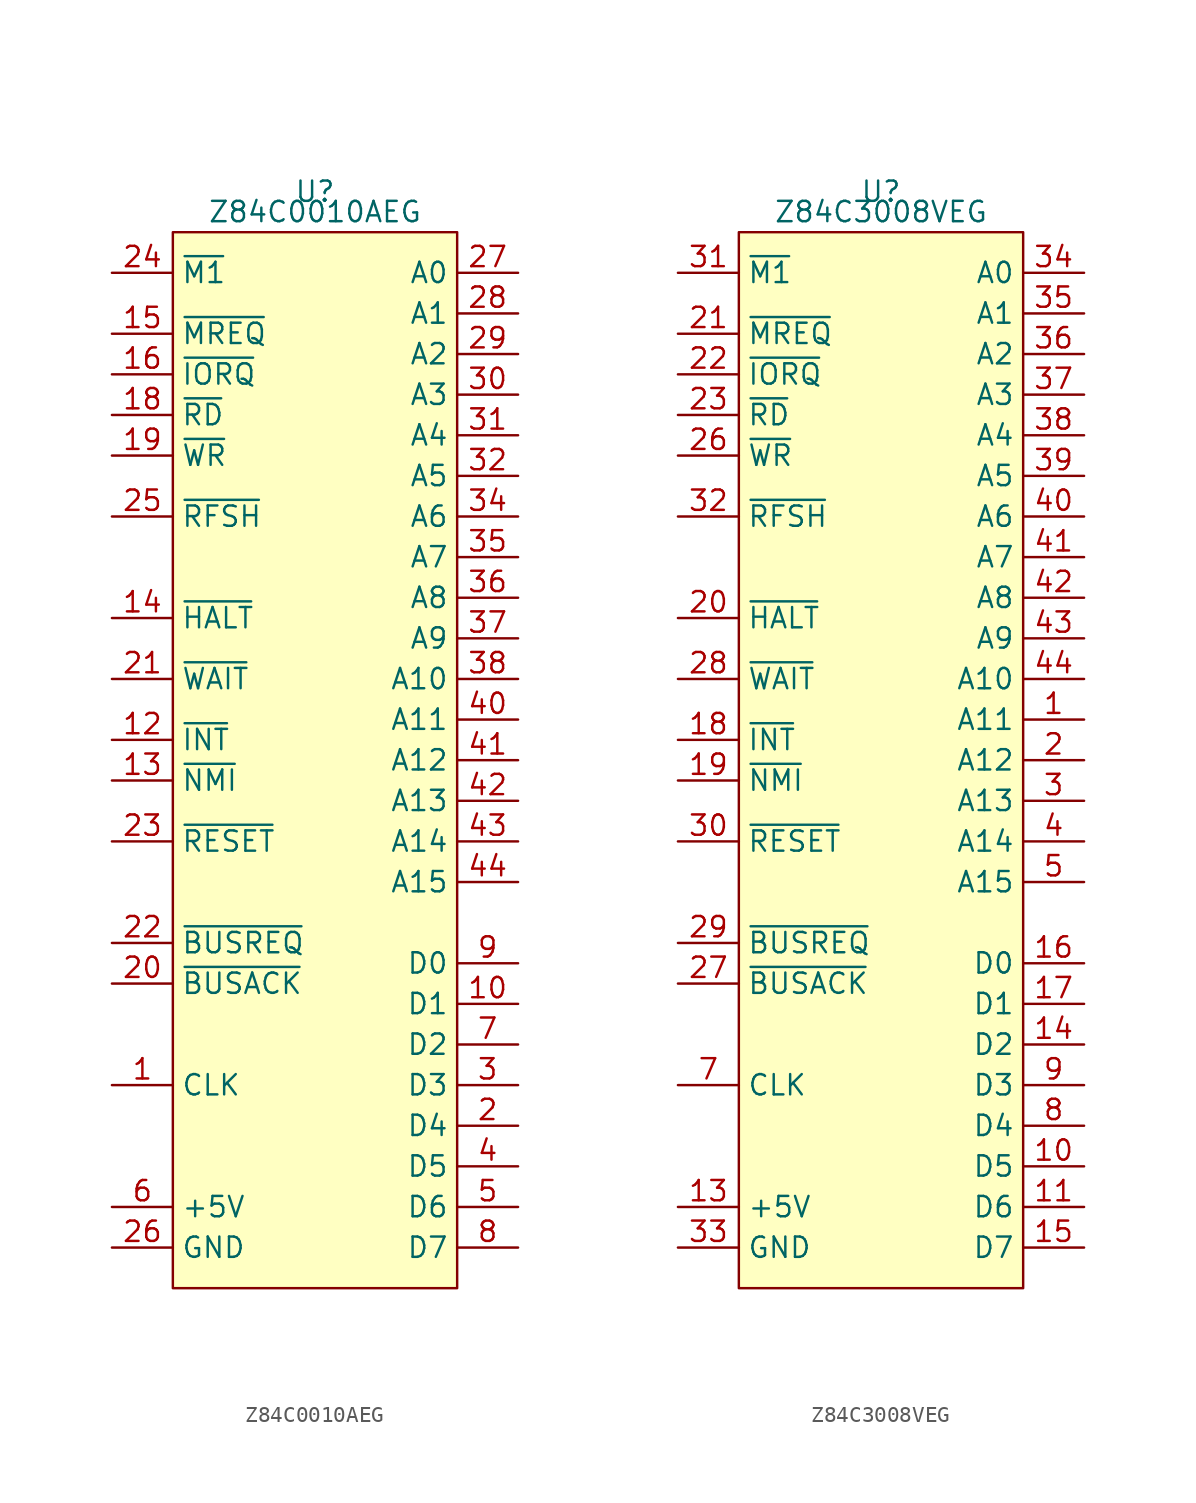
<source format=kicad_sym>
(kicad_symbol_lib
  (version 20231120)
  (generator "kicad_symbol_editor")
  (generator_version "8.0")
  (symbol "Z84C0010AEG"
    (property "Reference" "U"
      (at 0 35.56 0)
      (effects (font (size 1.27 1.27))))
    (property "Value" "Z84C0010AEG"
      (at 0 34.29 0)
      (effects (font (size 1.27 1.27))))
    (symbol "Z84C0010AEG_0_1"
      (rectangle (start -8.89 33.02) (end 8.89 -33.02) (stroke (width 0) (type default)) (fill (type background))))
    (symbol "Z84C0010AEG_1_1"
      (pin input line (at -12.7 -20.32 0) (length 3.81) (name "CLK" (effects (font (size 1.27 1.27)))) (number "1" (effects (font (size 1.27 1.27)))))
      (pin bidirectional line (at 12.7 -15.24 180) (length 3.81) (name "D1" (effects (font (size 1.27 1.27)))) (number "10" (effects (font (size 1.27 1.27)))))
      (pin input line (at -12.7 1.27 0) (length 3.81) (name "~{INT}" (effects (font (size 1.27 1.27)))) (number "12" (effects (font (size 1.27 1.27)))))
      (pin input line (at -12.7 -1.27 0) (length 3.81) (name "~{NMI}" (effects (font (size 1.27 1.27)))) (number "13" (effects (font (size 1.27 1.27)))))
      (pin output line (at -12.7 8.89 0) (length 3.81) (name "~{HALT}" (effects (font (size 1.27 1.27)))) (number "14" (effects (font (size 1.27 1.27)))))
      (pin output line (at -12.7 26.67 0) (length 3.81) (name "~{MREQ}" (effects (font (size 1.27 1.27)))) (number "15" (effects (font (size 1.27 1.27)))))
      (pin output line (at -12.7 24.13 0) (length 3.81) (name "~{IORQ}" (effects (font (size 1.27 1.27)))) (number "16" (effects (font (size 1.27 1.27)))))
      (pin output line (at -12.7 21.59 0) (length 3.81) (name "~{RD}" (effects (font (size 1.27 1.27)))) (number "18" (effects (font (size 1.27 1.27)))))
      (pin output line (at -12.7 19.05 0) (length 3.81) (name "~{WR}" (effects (font (size 1.27 1.27)))) (number "19" (effects (font (size 1.27 1.27)))))
      (pin bidirectional line (at 12.7 -22.86 180) (length 3.81) (name "D4" (effects (font (size 1.27 1.27)))) (number "2" (effects (font (size 1.27 1.27)))))
      (pin output line (at -12.7 -13.97 0) (length 3.81) (name "~{BUSACK}" (effects (font (size 1.27 1.27)))) (number "20" (effects (font (size 1.27 1.27)))))
      (pin input line (at -12.7 5.08 0) (length 3.81) (name "~{WAIT}" (effects (font (size 1.27 1.27)))) (number "21" (effects (font (size 1.27 1.27)))))
      (pin input line (at -12.7 -11.43 0) (length 3.81) (name "~{BUSREQ}" (effects (font (size 1.27 1.27)))) (number "22" (effects (font (size 1.27 1.27)))))
      (pin input line (at -12.7 -5.08 0) (length 3.81) (name "~{RESET}" (effects (font (size 1.27 1.27)))) (number "23" (effects (font (size 1.27 1.27)))))
      (pin output line (at -12.7 30.48 0) (length 3.81) (name "~{M1}" (effects (font (size 1.27 1.27)))) (number "24" (effects (font (size 1.27 1.27)))))
      (pin output line (at -12.7 15.24 0) (length 3.81) (name "~{RFSH}" (effects (font (size 1.27 1.27)))) (number "25" (effects (font (size 1.27 1.27)))))
      (pin power_in line (at -12.7 -30.48 0) (length 3.81) (name "GND" (effects (font (size 1.27 1.27)))) (number "26" (effects (font (size 1.27 1.27)))))
      (pin output line (at 12.7 30.48 180) (length 3.81) (name "A0" (effects (font (size 1.27 1.27)))) (number "27" (effects (font (size 1.27 1.27)))))
      (pin output line (at 12.7 27.94 180) (length 3.81) (name "A1" (effects (font (size 1.27 1.27)))) (number "28" (effects (font (size 1.27 1.27)))))
      (pin output line (at 12.7 25.4 180) (length 3.81) (name "A2" (effects (font (size 1.27 1.27)))) (number "29" (effects (font (size 1.27 1.27)))))
      (pin bidirectional line (at 12.7 -20.32 180) (length 3.81) (name "D3" (effects (font (size 1.27 1.27)))) (number "3" (effects (font (size 1.27 1.27)))))
      (pin output line (at 12.7 22.86 180) (length 3.81) (name "A3" (effects (font (size 1.27 1.27)))) (number "30" (effects (font (size 1.27 1.27)))))
      (pin output line (at 12.7 20.32 180) (length 3.81) (name "A4" (effects (font (size 1.27 1.27)))) (number "31" (effects (font (size 1.27 1.27)))))
      (pin output line (at 12.7 17.78 180) (length 3.81) (name "A5" (effects (font (size 1.27 1.27)))) (number "32" (effects (font (size 1.27 1.27)))))
      (pin output line (at 12.7 15.24 180) (length 3.81) (name "A6" (effects (font (size 1.27 1.27)))) (number "34" (effects (font (size 1.27 1.27)))))
      (pin output line (at 12.7 12.7 180) (length 3.81) (name "A7" (effects (font (size 1.27 1.27)))) (number "35" (effects (font (size 1.27 1.27)))))
      (pin output line (at 12.7 10.16 180) (length 3.81) (name "A8" (effects (font (size 1.27 1.27)))) (number "36" (effects (font (size 1.27 1.27)))))
      (pin output line (at 12.7 7.62 180) (length 3.81) (name "A9" (effects (font (size 1.27 1.27)))) (number "37" (effects (font (size 1.27 1.27)))))
      (pin output line (at 12.7 5.08 180) (length 3.81) (name "A10" (effects (font (size 1.27 1.27)))) (number "38" (effects (font (size 1.27 1.27)))))
      (pin bidirectional line (at 12.7 -25.4 180) (length 3.81) (name "D5" (effects (font (size 1.27 1.27)))) (number "4" (effects (font (size 1.27 1.27)))))
      (pin output line (at 12.7 2.54 180) (length 3.81) (name "A11" (effects (font (size 1.27 1.27)))) (number "40" (effects (font (size 1.27 1.27)))))
      (pin output line (at 12.7 0 180) (length 3.81) (name "A12" (effects (font (size 1.27 1.27)))) (number "41" (effects (font (size 1.27 1.27)))))
      (pin output line (at 12.7 -2.54 180) (length 3.81) (name "A13" (effects (font (size 1.27 1.27)))) (number "42" (effects (font (size 1.27 1.27)))))
      (pin output line (at 12.7 -5.08 180) (length 3.81) (name "A14" (effects (font (size 1.27 1.27)))) (number "43" (effects (font (size 1.27 1.27)))))
      (pin output line (at 12.7 -7.62 180) (length 3.81) (name "A15" (effects (font (size 1.27 1.27)))) (number "44" (effects (font (size 1.27 1.27)))))
      (pin bidirectional line (at 12.7 -27.94 180) (length 3.81) (name "D6" (effects (font (size 1.27 1.27)))) (number "5" (effects (font (size 1.27 1.27)))))
      (pin power_in line (at -12.7 -27.94 0) (length 3.81) (name "+5V" (effects (font (size 1.27 1.27)))) (number "6" (effects (font (size 1.27 1.27)))))
      (pin bidirectional line (at 12.7 -17.78 180) (length 3.81) (name "D2" (effects (font (size 1.27 1.27)))) (number "7" (effects (font (size 1.27 1.27)))))
      (pin bidirectional line (at 12.7 -30.48 180) (length 3.81) (name "D7" (effects (font (size 1.27 1.27)))) (number "8" (effects (font (size 1.27 1.27)))))
      (pin bidirectional line (at 12.7 -12.7 180) (length 3.81) (name "D0" (effects (font (size 1.27 1.27)))) (number "9" (effects (font (size 1.27 1.27)))))))
  (symbol "Z84C3008VEG"
    (property "Reference" "U"
      (at 0 35.56 0)
      (effects (font (size 1.27 1.27))))
    (property "Value" "Z84C3008VEG"
      (at 0 34.29 0)
      (effects (font (size 1.27 1.27))))
    (symbol "Z84C3008VEG_0_1"
      (rectangle (start -8.89 33.02) (end 8.89 -33.02) (stroke (width 0) (type default)) (fill (type background))))
    (symbol "Z84C3008VEG_1_1"
      (pin output line (at 12.7 2.54 180) (length 3.81) (name "A11" (effects (font (size 1.27 1.27)))) (number "1" (effects (font (size 1.27 1.27)))))
      (pin bidirectional line (at 12.7 -25.4 180) (length 3.81) (name "D5" (effects (font (size 1.27 1.27)))) (number "10" (effects (font (size 1.27 1.27)))))
      (pin bidirectional line (at 12.7 -27.94 180) (length 3.81) (name "D6" (effects (font (size 1.27 1.27)))) (number "11" (effects (font (size 1.27 1.27)))))
      (pin power_in line (at -12.7 -27.94 0) (length 3.81) (name "+5V" (effects (font (size 1.27 1.27)))) (number "13" (effects (font (size 1.27 1.27)))))
      (pin bidirectional line (at 12.7 -17.78 180) (length 3.81) (name "D2" (effects (font (size 1.27 1.27)))) (number "14" (effects (font (size 1.27 1.27)))))
      (pin bidirectional line (at 12.7 -30.48 180) (length 3.81) (name "D7" (effects (font (size 1.27 1.27)))) (number "15" (effects (font (size 1.27 1.27)))))
      (pin bidirectional line (at 12.7 -12.7 180) (length 3.81) (name "D0" (effects (font (size 1.27 1.27)))) (number "16" (effects (font (size 1.27 1.27)))))
      (pin bidirectional line (at 12.7 -15.24 180) (length 3.81) (name "D1" (effects (font (size 1.27 1.27)))) (number "17" (effects (font (size 1.27 1.27)))))
      (pin input line (at -12.7 1.27 0) (length 3.81) (name "~{INT}" (effects (font (size 1.27 1.27)))) (number "18" (effects (font (size 1.27 1.27)))))
      (pin input line (at -12.7 -1.27 0) (length 3.81) (name "~{NMI}" (effects (font (size 1.27 1.27)))) (number "19" (effects (font (size 1.27 1.27)))))
      (pin output line (at 12.7 0 180) (length 3.81) (name "A12" (effects (font (size 1.27 1.27)))) (number "2" (effects (font (size 1.27 1.27)))))
      (pin output line (at -12.7 8.89 0) (length 3.81) (name "~{HALT}" (effects (font (size 1.27 1.27)))) (number "20" (effects (font (size 1.27 1.27)))))
      (pin output line (at -12.7 26.67 0) (length 3.81) (name "~{MREQ}" (effects (font (size 1.27 1.27)))) (number "21" (effects (font (size 1.27 1.27)))))
      (pin output line (at -12.7 24.13 0) (length 3.81) (name "~{IORQ}" (effects (font (size 1.27 1.27)))) (number "22" (effects (font (size 1.27 1.27)))))
      (pin output line (at -12.7 21.59 0) (length 3.81) (name "~{RD}" (effects (font (size 1.27 1.27)))) (number "23" (effects (font (size 1.27 1.27)))))
      (pin output line (at -12.7 19.05 0) (length 3.81) (name "~{WR}" (effects (font (size 1.27 1.27)))) (number "26" (effects (font (size 1.27 1.27)))))
      (pin output line (at -12.7 -13.97 0) (length 3.81) (name "~{BUSACK}" (effects (font (size 1.27 1.27)))) (number "27" (effects (font (size 1.27 1.27)))))
      (pin input line (at -12.7 5.08 0) (length 3.81) (name "~{WAIT}" (effects (font (size 1.27 1.27)))) (number "28" (effects (font (size 1.27 1.27)))))
      (pin input line (at -12.7 -11.43 0) (length 3.81) (name "~{BUSREQ}" (effects (font (size 1.27 1.27)))) (number "29" (effects (font (size 1.27 1.27)))))
      (pin output line (at 12.7 -2.54 180) (length 3.81) (name "A13" (effects (font (size 1.27 1.27)))) (number "3" (effects (font (size 1.27 1.27)))))
      (pin input line (at -12.7 -5.08 0) (length 3.81) (name "~{RESET}" (effects (font (size 1.27 1.27)))) (number "30" (effects (font (size 1.27 1.27)))))
      (pin output line (at -12.7 30.48 0) (length 3.81) (name "~{M1}" (effects (font (size 1.27 1.27)))) (number "31" (effects (font (size 1.27 1.27)))))
      (pin output line (at -12.7 15.24 0) (length 3.81) (name "~{RFSH}" (effects (font (size 1.27 1.27)))) (number "32" (effects (font (size 1.27 1.27)))))
      (pin power_in line (at -12.7 -30.48 0) (length 3.81) (name "GND" (effects (font (size 1.27 1.27)))) (number "33" (effects (font (size 1.27 1.27)))))
      (pin output line (at 12.7 30.48 180) (length 3.81) (name "A0" (effects (font (size 1.27 1.27)))) (number "34" (effects (font (size 1.27 1.27)))))
      (pin output line (at 12.7 27.94 180) (length 3.81) (name "A1" (effects (font (size 1.27 1.27)))) (number "35" (effects (font (size 1.27 1.27)))))
      (pin output line (at 12.7 25.4 180) (length 3.81) (name "A2" (effects (font (size 1.27 1.27)))) (number "36" (effects (font (size 1.27 1.27)))))
      (pin output line (at 12.7 22.86 180) (length 3.81) (name "A3" (effects (font (size 1.27 1.27)))) (number "37" (effects (font (size 1.27 1.27)))))
      (pin output line (at 12.7 20.32 180) (length 3.81) (name "A4" (effects (font (size 1.27 1.27)))) (number "38" (effects (font (size 1.27 1.27)))))
      (pin output line (at 12.7 17.78 180) (length 3.81) (name "A5" (effects (font (size 1.27 1.27)))) (number "39" (effects (font (size 1.27 1.27)))))
      (pin output line (at 12.7 -5.08 180) (length 3.81) (name "A14" (effects (font (size 1.27 1.27)))) (number "4" (effects (font (size 1.27 1.27)))))
      (pin output line (at 12.7 15.24 180) (length 3.81) (name "A6" (effects (font (size 1.27 1.27)))) (number "40" (effects (font (size 1.27 1.27)))))
      (pin output line (at 12.7 12.7 180) (length 3.81) (name "A7" (effects (font (size 1.27 1.27)))) (number "41" (effects (font (size 1.27 1.27)))))
      (pin output line (at 12.7 10.16 180) (length 3.81) (name "A8" (effects (font (size 1.27 1.27)))) (number "42" (effects (font (size 1.27 1.27)))))
      (pin output line (at 12.7 7.62 180) (length 3.81) (name "A9" (effects (font (size 1.27 1.27)))) (number "43" (effects (font (size 1.27 1.27)))))
      (pin output line (at 12.7 5.08 180) (length 3.81) (name "A10" (effects (font (size 1.27 1.27)))) (number "44" (effects (font (size 1.27 1.27)))))
      (pin output line (at 12.7 -7.62 180) (length 3.81) (name "A15" (effects (font (size 1.27 1.27)))) (number "5" (effects (font (size 1.27 1.27)))))
      (pin input line (at -12.7 -20.32 0) (length 3.81) (name "CLK" (effects (font (size 1.27 1.27)))) (number "7" (effects (font (size 1.27 1.27)))))
      (pin bidirectional line (at 12.7 -22.86 180) (length 3.81) (name "D4" (effects (font (size 1.27 1.27)))) (number "8" (effects (font (size 1.27 1.27)))))
      (pin bidirectional line (at 12.7 -20.32 180) (length 3.81) (name "D3" (effects (font (size 1.27 1.27)))) (number "9" (effects (font (size 1.27 1.27))))))))
</source>
